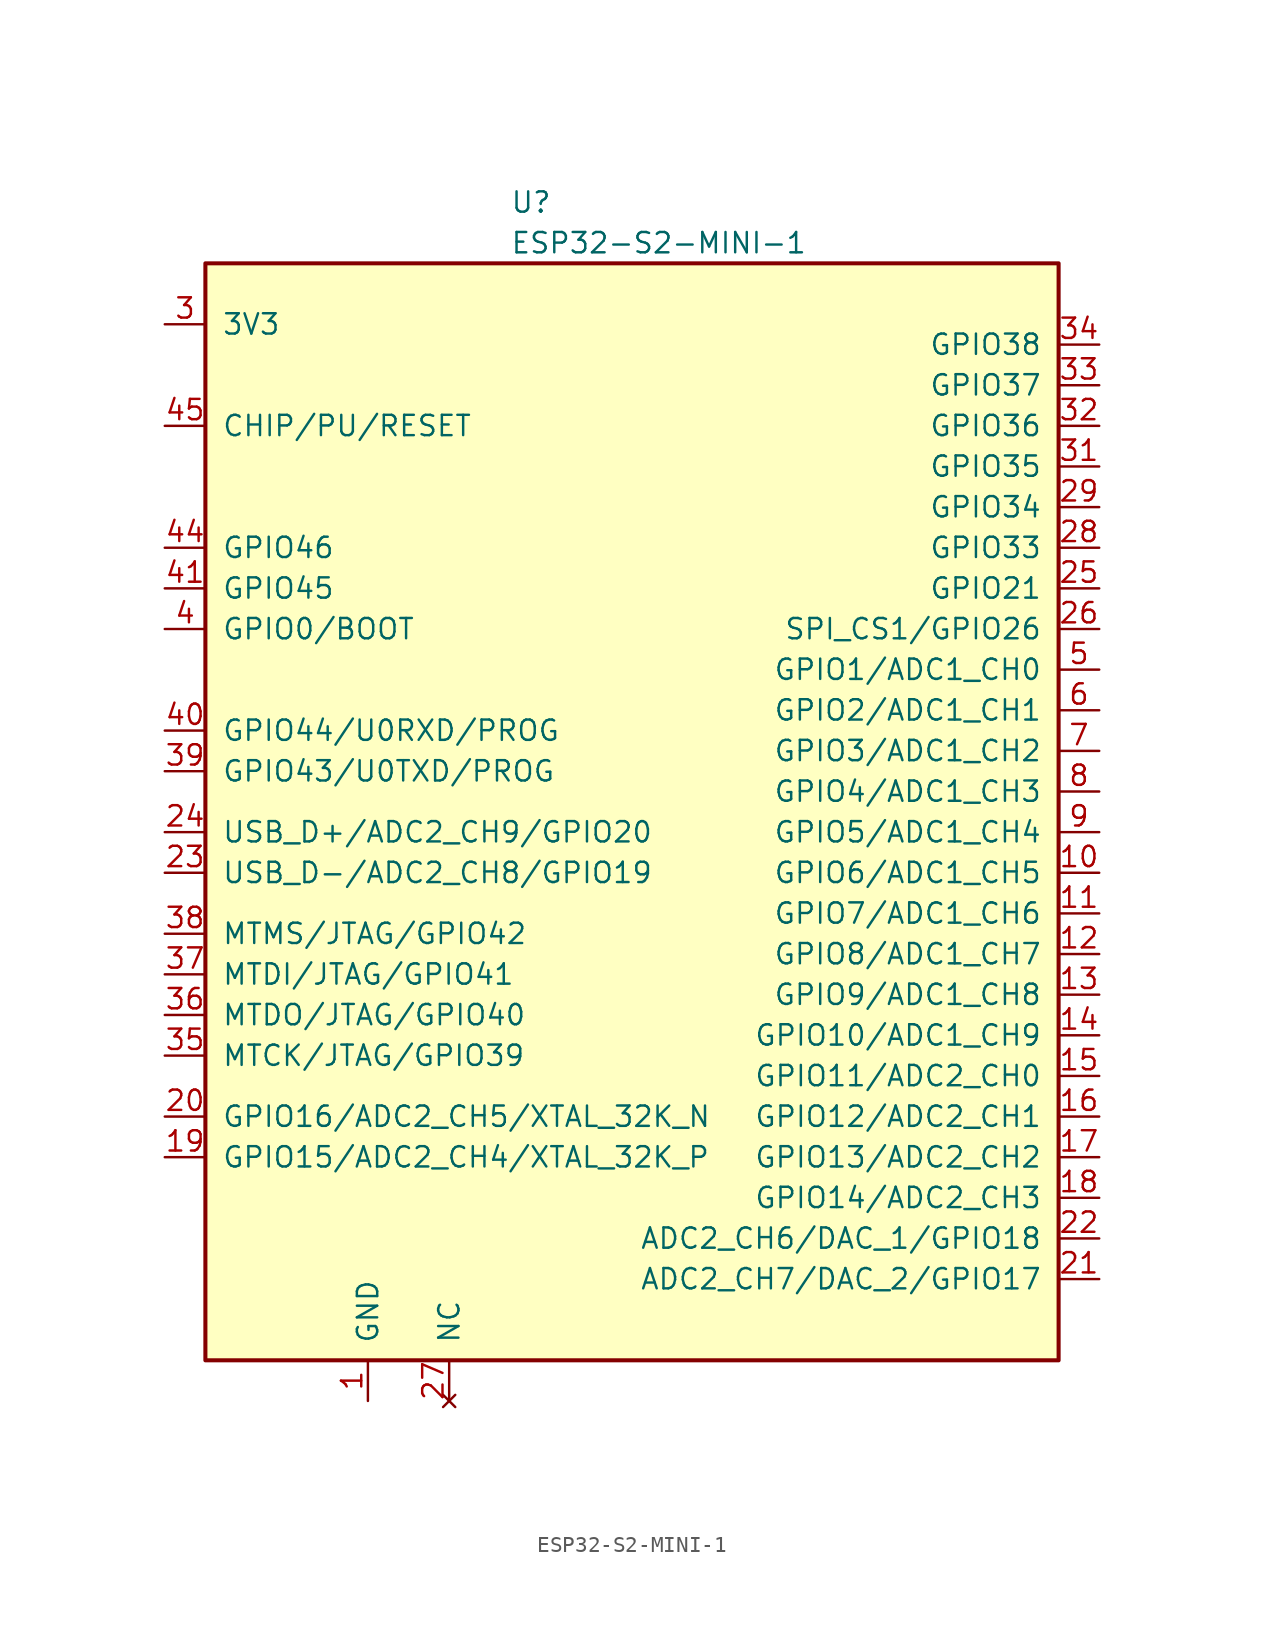
<source format=kicad_sym>
(kicad_symbol_lib
  (version 20211014)
  (generator kicad_symbol_editor)
  (symbol "ESP32-S2-MINI-1"
    (pin_names
      (offset 1.016))
    (property "Reference" "U"
      (at -10.16 38.1 0)
      (effects (font (size 1.27 1.27)) (justify left)))
    (property "Value" "ESP32-S2-MINI-1"
      (at -10.16 35.56 0)
      (effects (font (size 1.27 1.27)) (justify left)))
    (symbol "ESP32-S2-MINI-1_0_0"
      (pin power_in line (at -19.05 -36.83 90) (length 2.54) (name "GND" (effects (font (size 1.27 1.27)))) (number "1" (effects (font (size 1.27 1.27)))))
      (pin passive line (at -31.75 -31.75 0) (length 2.54) hide (name "GND" (effects (font (size 1.27 1.27)))) (number "43" (effects (font (size 1.27 1.27)))))
      (pin input line (at -31.75 16.51 0) (length 2.54) (name "GPIO46" (effects (font (size 1.27 1.27)))) (number "44" (effects (font (size 1.27 1.27)))))
      (pin bidirectional line (at -31.75 24.13 0) (length 2.54) (name "CHIP/PU/RESET" (effects (font (size 1.27 1.27)))) (number "45" (effects (font (size 1.27 1.27)))))
      (pin passive line (at -31.75 -31.75 0) (length 2.54) hide (name "GND" (effects (font (size 1.27 1.27)))) (number "46" (effects (font (size 1.27 1.27)))))
      (pin passive line (at -31.75 -31.75 0) (length 2.54) hide (name "GND" (effects (font (size 1.27 1.27)))) (number "47" (effects (font (size 1.27 1.27)))))
      (pin passive line (at -31.75 -31.75 0) (length 2.54) hide (name "GND" (effects (font (size 1.27 1.27)))) (number "48" (effects (font (size 1.27 1.27)))))
      (pin passive line (at -31.75 -31.75 0) (length 2.54) hide (name "GND" (effects (font (size 1.27 1.27)))) (number "49" (effects (font (size 1.27 1.27)))))
      (pin passive line (at -31.75 -31.75 0) (length 2.54) hide (name "GND" (effects (font (size 1.27 1.27)))) (number "50" (effects (font (size 1.27 1.27)))))
      (pin passive line (at -31.75 -31.75 0) (length 2.54) hide (name "GND" (effects (font (size 1.27 1.27)))) (number "51" (effects (font (size 1.27 1.27)))))
      (pin passive line (at -31.75 -31.75 0) (length 2.54) hide (name "GND" (effects (font (size 1.27 1.27)))) (number "52" (effects (font (size 1.27 1.27)))))
      (pin passive line (at -31.75 -31.75 0) (length 2.54) hide (name "GND" (effects (font (size 1.27 1.27)))) (number "53" (effects (font (size 1.27 1.27)))))
      (pin passive line (at -31.75 -31.75 0) (length 2.54) hide (name "GND" (effects (font (size 1.27 1.27)))) (number "54" (effects (font (size 1.27 1.27)))))
      (pin passive line (at -31.75 -31.75 0) (length 2.54) hide (name "GND" (effects (font (size 1.27 1.27)))) (number "55" (effects (font (size 1.27 1.27)))))
      (pin passive line (at -31.75 -31.75 0) (length 2.54) hide (name "GND" (effects (font (size 1.27 1.27)))) (number "56" (effects (font (size 1.27 1.27)))))
      (pin passive line (at -31.75 -31.75 0) (length 2.54) hide (name "GND" (effects (font (size 1.27 1.27)))) (number "57" (effects (font (size 1.27 1.27)))))
      (pin passive line (at -31.75 -31.75 0) (length 2.54) hide (name "GND" (effects (font (size 1.27 1.27)))) (number "58" (effects (font (size 1.27 1.27)))))
      (pin passive line (at -31.75 -31.75 0) (length 2.54) hide (name "GND" (effects (font (size 1.27 1.27)))) (number "59" (effects (font (size 1.27 1.27)))))
      (pin passive line (at -31.75 -31.75 0) (length 2.54) hide (name "GND" (effects (font (size 1.27 1.27)))) (number "60" (effects (font (size 1.27 1.27)))))
      (pin passive line (at -31.75 -31.75 0) (length 2.54) hide (name "GND" (effects (font (size 1.27 1.27)))) (number "61" (effects (font (size 1.27 1.27)))))
      (pin passive line (at -31.75 -31.75 0) (length 2.54) hide (name "GND" (effects (font (size 1.27 1.27)))) (number "62" (effects (font (size 1.27 1.27)))))
      (pin passive line (at -31.75 -31.75 0) (length 2.54) hide (name "GND" (effects (font (size 1.27 1.27)))) (number "63" (effects (font (size 1.27 1.27)))))
      (pin passive line (at -31.75 -31.75 0) (length 2.54) hide (name "GND" (effects (font (size 1.27 1.27)))) (number "64" (effects (font (size 1.27 1.27)))))
      (pin passive line (at -31.75 -31.75 0) (length 2.54) hide (name "GND" (effects (font (size 1.27 1.27)))) (number "65" (effects (font (size 1.27 1.27))))))
    (symbol "ESP32-S2-MINI-1_1_1"
      (rectangle (start -29.21 34.29) (end 24.13 -34.29) (stroke (width 0.254) (type default) (color 0 0 0 0)) (fill (type background)))
      (pin bidirectional line (at 26.67 -3.81 180) (length 2.54) (name "GPIO6/ADC1_CH5" (effects (font (size 1.27 1.27)))) (number "10" (effects (font (size 1.27 1.27)))))
      (pin bidirectional line (at 26.67 -6.35 180) (length 2.54) (name "GPIO7/ADC1_CH6" (effects (font (size 1.27 1.27)))) (number "11" (effects (font (size 1.27 1.27)))))
      (pin bidirectional line (at 26.67 -8.89 180) (length 2.54) (name "GPIO8/ADC1_CH7" (effects (font (size 1.27 1.27)))) (number "12" (effects (font (size 1.27 1.27)))))
      (pin bidirectional line (at 26.67 -11.43 180) (length 2.54) (name "GPIO9/ADC1_CH8" (effects (font (size 1.27 1.27)))) (number "13" (effects (font (size 1.27 1.27)))))
      (pin bidirectional line (at 26.67 -13.97 180) (length 2.54) (name "GPIO10/ADC1_CH9" (effects (font (size 1.27 1.27)))) (number "14" (effects (font (size 1.27 1.27)))))
      (pin bidirectional line (at 26.67 -16.51 180) (length 2.54) (name "GPIO11/ADC2_CH0" (effects (font (size 1.27 1.27)))) (number "15" (effects (font (size 1.27 1.27)))))
      (pin bidirectional line (at 26.67 -19.05 180) (length 2.54) (name "GPIO12/ADC2_CH1" (effects (font (size 1.27 1.27)))) (number "16" (effects (font (size 1.27 1.27)))))
      (pin bidirectional line (at 26.67 -21.59 180) (length 2.54) (name "GPIO13/ADC2_CH2" (effects (font (size 1.27 1.27)))) (number "17" (effects (font (size 1.27 1.27)))))
      (pin bidirectional line (at 26.67 -24.13 180) (length 2.54) (name "GPIO14/ADC2_CH3" (effects (font (size 1.27 1.27)))) (number "18" (effects (font (size 1.27 1.27)))))
      (pin bidirectional line (at -31.75 -21.59 0) (length 2.54) (name "GPIO15/ADC2_CH4/XTAL_32K_P" (effects (font (size 1.27 1.27)))) (number "19" (effects (font (size 1.27 1.27)))))
      (pin passive line (at -31.75 -31.75 0) (length 2.54) hide (name "GND" (effects (font (size 1.27 1.27)))) (number "2" (effects (font (size 1.27 1.27)))))
      (pin bidirectional line (at -31.75 -19.05 0) (length 2.54) (name "GPIO16/ADC2_CH5/XTAL_32K_N" (effects (font (size 1.27 1.27)))) (number "20" (effects (font (size 1.27 1.27)))))
      (pin bidirectional line (at 26.67 -29.21 180) (length 2.54) (name "ADC2_CH7/DAC_2/GPIO17" (effects (font (size 1.27 1.27)))) (number "21" (effects (font (size 1.27 1.27)))))
      (pin bidirectional line (at 26.67 -26.67 180) (length 2.54) (name "ADC2_CH6/DAC_1/GPIO18" (effects (font (size 1.27 1.27)))) (number "22" (effects (font (size 1.27 1.27)))))
      (pin bidirectional line (at -31.75 -3.81 0) (length 2.54) (name "USB_D-/ADC2_CH8/GPIO19" (effects (font (size 1.27 1.27)))) (number "23" (effects (font (size 1.27 1.27)))))
      (pin bidirectional line (at -31.75 -1.27 0) (length 2.54) (name "USB_D+/ADC2_CH9/GPIO20" (effects (font (size 1.27 1.27)))) (number "24" (effects (font (size 1.27 1.27)))))
      (pin bidirectional line (at 26.67 13.97 180) (length 2.54) (name "GPIO21" (effects (font (size 1.27 1.27)))) (number "25" (effects (font (size 1.27 1.27)))))
      (pin bidirectional line (at 26.67 11.43 180) (length 2.54) (name "SPI_CS1/GPIO26" (effects (font (size 1.27 1.27)))) (number "26" (effects (font (size 1.27 1.27)))))
      (pin no_connect line (at -13.97 -36.83 90) (length 2.54) (name "NC" (effects (font (size 1.27 1.27)))) (number "27" (effects (font (size 1.27 1.27)))))
      (pin bidirectional line (at 26.67 16.51 180) (length 2.54) (name "GPIO33" (effects (font (size 1.27 1.27)))) (number "28" (effects (font (size 1.27 1.27)))))
      (pin bidirectional line (at 26.67 19.05 180) (length 2.54) (name "GPIO34" (effects (font (size 1.27 1.27)))) (number "29" (effects (font (size 1.27 1.27)))))
      (pin power_in line (at -31.75 30.48 0) (length 2.54) (name "3V3" (effects (font (size 1.27 1.27)))) (number "3" (effects (font (size 1.27 1.27)))))
      (pin passive line (at -31.75 -31.75 0) (length 2.54) hide (name "GND" (effects (font (size 1.27 1.27)))) (number "30" (effects (font (size 1.27 1.27)))))
      (pin bidirectional line (at 26.67 21.59 180) (length 2.54) (name "GPIO35" (effects (font (size 1.27 1.27)))) (number "31" (effects (font (size 1.27 1.27)))))
      (pin bidirectional line (at 26.67 24.13 180) (length 2.54) (name "GPIO36" (effects (font (size 1.27 1.27)))) (number "32" (effects (font (size 1.27 1.27)))))
      (pin bidirectional line (at 26.67 26.67 180) (length 2.54) (name "GPIO37" (effects (font (size 1.27 1.27)))) (number "33" (effects (font (size 1.27 1.27)))))
      (pin bidirectional line (at 26.67 29.21 180) (length 2.54) (name "GPIO38" (effects (font (size 1.27 1.27)))) (number "34" (effects (font (size 1.27 1.27)))))
      (pin bidirectional line (at -31.75 -15.24 0) (length 2.54) (name "MTCK/JTAG/GPIO39" (effects (font (size 1.27 1.27)))) (number "35" (effects (font (size 1.27 1.27)))))
      (pin bidirectional line (at -31.75 -12.7 0) (length 2.54) (name "MTDO/JTAG/GPIO40" (effects (font (size 1.27 1.27)))) (number "36" (effects (font (size 1.27 1.27)))))
      (pin bidirectional line (at -31.75 -10.16 0) (length 2.54) (name "MTDI/JTAG/GPIO41" (effects (font (size 1.27 1.27)))) (number "37" (effects (font (size 1.27 1.27)))))
      (pin bidirectional line (at -31.75 -7.62 0) (length 2.54) (name "MTMS/JTAG/GPIO42" (effects (font (size 1.27 1.27)))) (number "38" (effects (font (size 1.27 1.27)))))
      (pin bidirectional line (at -31.75 2.54 0) (length 2.54) (name "GPIO43/U0TXD/PROG" (effects (font (size 1.27 1.27)))) (number "39" (effects (font (size 1.27 1.27)))))
      (pin bidirectional line (at -31.75 11.43 0) (length 2.54) (name "GPIO0/BOOT" (effects (font (size 1.27 1.27)))) (number "4" (effects (font (size 1.27 1.27)))))
      (pin bidirectional line (at -31.75 5.08 0) (length 2.54) (name "GPIO44/U0RXD/PROG" (effects (font (size 1.27 1.27)))) (number "40" (effects (font (size 1.27 1.27)))))
      (pin bidirectional line (at -31.75 13.97 0) (length 2.54) (name "GPIO45" (effects (font (size 1.27 1.27)))) (number "41" (effects (font (size 1.27 1.27)))))
      (pin passive line (at -31.75 -31.75 0) (length 2.54) hide (name "GND" (effects (font (size 1.27 1.27)))) (number "42" (effects (font (size 1.27 1.27)))))
      (pin bidirectional line (at 26.67 8.89 180) (length 2.54) (name "GPIO1/ADC1_CH0" (effects (font (size 1.27 1.27)))) (number "5" (effects (font (size 1.27 1.27)))))
      (pin bidirectional line (at 26.67 6.35 180) (length 2.54) (name "GPIO2/ADC1_CH1" (effects (font (size 1.27 1.27)))) (number "6" (effects (font (size 1.27 1.27)))))
      (pin bidirectional line (at 26.67 3.81 180) (length 2.54) (name "GPIO3/ADC1_CH2" (effects (font (size 1.27 1.27)))) (number "7" (effects (font (size 1.27 1.27)))))
      (pin bidirectional line (at 26.67 1.27 180) (length 2.54) (name "GPIO4/ADC1_CH3" (effects (font (size 1.27 1.27)))) (number "8" (effects (font (size 1.27 1.27)))))
      (pin bidirectional line (at 26.67 -1.27 180) (length 2.54) (name "GPIO5/ADC1_CH4" (effects (font (size 1.27 1.27)))) (number "9" (effects (font (size 1.27 1.27))))))))
</source>
